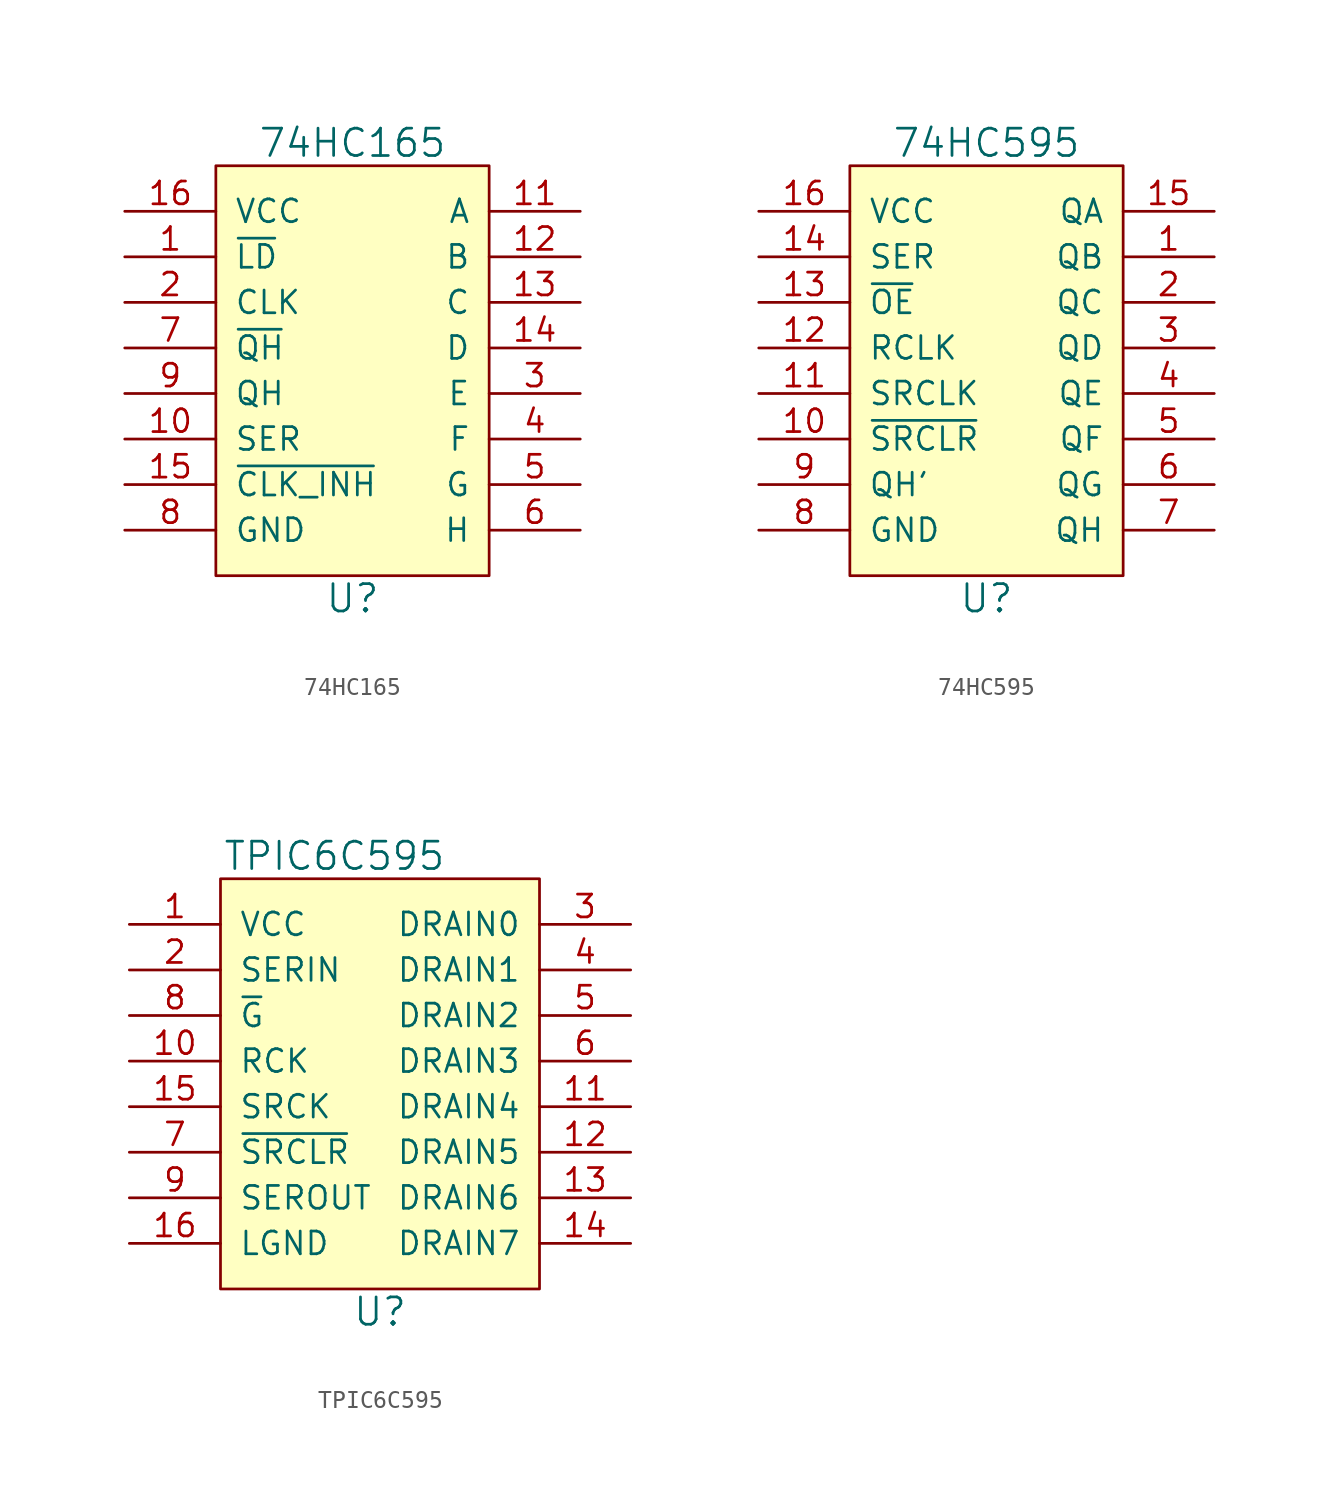
<source format=kicad_sym>
(kicad_symbol_lib
  (version 20220914)
  (generator kicad_symbol_editor)
  (symbol "74HC165"
    (pin_names
      (offset 1.016))
    (property "Reference" "U"
      (at 12.7 -21.59 0)
      (effects (font (size 1.524 1.524))))
    (property "Value" "74HC165"
      (at 12.7 3.81 0)
      (effects (font (size 1.524 1.524))))
    (symbol "74HC165_1_1"
      (rectangle (start 5.08 2.54) (end 20.32 -20.32) (stroke (width 0) (type solid)) (fill (type background)))
      (pin input line (at 0 -2.54 0) (length 5.08) (name "~{LD}" (effects (font (size 1.27 1.27)))) (number "1" (effects (font (size 1.27 1.27)))))
      (pin input line (at 0 -12.7 0) (length 5.08) (name "SER" (effects (font (size 1.27 1.27)))) (number "10" (effects (font (size 1.27 1.27)))))
      (pin input line (at 25.4 0 180) (length 5.08) (name "A" (effects (font (size 1.27 1.27)))) (number "11" (effects (font (size 1.27 1.27)))))
      (pin input line (at 25.4 -2.54 180) (length 5.08) (name "B" (effects (font (size 1.27 1.27)))) (number "12" (effects (font (size 1.27 1.27)))))
      (pin input line (at 25.4 -5.08 180) (length 5.08) (name "C" (effects (font (size 1.27 1.27)))) (number "13" (effects (font (size 1.27 1.27)))))
      (pin input line (at 25.4 -7.62 180) (length 5.08) (name "D" (effects (font (size 1.27 1.27)))) (number "14" (effects (font (size 1.27 1.27)))))
      (pin input line (at 0 -15.24 0) (length 5.08) (name "~{CLK_INH}" (effects (font (size 1.27 1.27)))) (number "15" (effects (font (size 1.27 1.27)))))
      (pin power_in line (at 0 0 0) (length 5.08) (name "VCC" (effects (font (size 1.27 1.27)))) (number "16" (effects (font (size 1.27 1.27)))))
      (pin input line (at 0 -5.08 0) (length 5.08) (name "CLK" (effects (font (size 1.27 1.27)))) (number "2" (effects (font (size 1.27 1.27)))))
      (pin input line (at 25.4 -10.16 180) (length 5.08) (name "E" (effects (font (size 1.27 1.27)))) (number "3" (effects (font (size 1.27 1.27)))))
      (pin input line (at 25.4 -12.7 180) (length 5.08) (name "F" (effects (font (size 1.27 1.27)))) (number "4" (effects (font (size 1.27 1.27)))))
      (pin input line (at 25.4 -15.24 180) (length 5.08) (name "G" (effects (font (size 1.27 1.27)))) (number "5" (effects (font (size 1.27 1.27)))))
      (pin input line (at 25.4 -17.78 180) (length 5.08) (name "H" (effects (font (size 1.27 1.27)))) (number "6" (effects (font (size 1.27 1.27)))))
      (pin output line (at 0 -7.62 0) (length 5.08) (name "~{QH}" (effects (font (size 1.27 1.27)))) (number "7" (effects (font (size 1.27 1.27)))))
      (pin power_in line (at 0 -17.78 0) (length 5.08) (name "GND" (effects (font (size 1.27 1.27)))) (number "8" (effects (font (size 1.27 1.27)))))
      (pin output line (at 0 -10.16 0) (length 5.08) (name "QH" (effects (font (size 1.27 1.27)))) (number "9" (effects (font (size 1.27 1.27)))))))
  (symbol "74HC595"
    (pin_names
      (offset 1.016))
    (property "Reference" "U"
      (at 12.7 -21.59 0)
      (effects (font (size 1.524 1.524))))
    (property "Value" "74HC595"
      (at 12.7 3.81 0)
      (effects (font (size 1.524 1.524))))
    (symbol "74HC595_1_1"
      (rectangle (start 5.08 2.54) (end 20.32 -20.32) (stroke (width 0) (type solid)) (fill (type background)))
      (pin tri_state line (at 25.4 -2.54 180) (length 5.08) (name "QB" (effects (font (size 1.27 1.27)))) (number "1" (effects (font (size 1.27 1.27)))))
      (pin input line (at 0 -12.7 0) (length 5.08) (name "~{SRCLR}" (effects (font (size 1.27 1.27)))) (number "10" (effects (font (size 1.27 1.27)))))
      (pin input line (at 0 -10.16 0) (length 5.08) (name "SRCLK" (effects (font (size 1.27 1.27)))) (number "11" (effects (font (size 1.27 1.27)))))
      (pin input line (at 0 -7.62 0) (length 5.08) (name "RCLK" (effects (font (size 1.27 1.27)))) (number "12" (effects (font (size 1.27 1.27)))))
      (pin input line (at 0 -5.08 0) (length 5.08) (name "~{OE}" (effects (font (size 1.27 1.27)))) (number "13" (effects (font (size 1.27 1.27)))))
      (pin input line (at 0 -2.54 0) (length 5.08) (name "SER" (effects (font (size 1.27 1.27)))) (number "14" (effects (font (size 1.27 1.27)))))
      (pin tri_state line (at 25.4 0 180) (length 5.08) (name "QA" (effects (font (size 1.27 1.27)))) (number "15" (effects (font (size 1.27 1.27)))))
      (pin power_in line (at 0 0 0) (length 5.08) (name "VCC" (effects (font (size 1.27 1.27)))) (number "16" (effects (font (size 1.27 1.27)))))
      (pin tri_state line (at 25.4 -5.08 180) (length 5.08) (name "QC" (effects (font (size 1.27 1.27)))) (number "2" (effects (font (size 1.27 1.27)))))
      (pin tri_state line (at 25.4 -7.62 180) (length 5.08) (name "QD" (effects (font (size 1.27 1.27)))) (number "3" (effects (font (size 1.27 1.27)))))
      (pin tri_state line (at 25.4 -10.16 180) (length 5.08) (name "QE" (effects (font (size 1.27 1.27)))) (number "4" (effects (font (size 1.27 1.27)))))
      (pin tri_state line (at 25.4 -12.7 180) (length 5.08) (name "QF" (effects (font (size 1.27 1.27)))) (number "5" (effects (font (size 1.27 1.27)))))
      (pin tri_state line (at 25.4 -15.24 180) (length 5.08) (name "QG" (effects (font (size 1.27 1.27)))) (number "6" (effects (font (size 1.27 1.27)))))
      (pin tri_state line (at 25.4 -17.78 180) (length 5.08) (name "QH" (effects (font (size 1.27 1.27)))) (number "7" (effects (font (size 1.27 1.27)))))
      (pin power_in line (at 0 -17.78 0) (length 5.08) (name "GND" (effects (font (size 1.27 1.27)))) (number "8" (effects (font (size 1.27 1.27)))))
      (pin output line (at 0 -15.24 0) (length 5.08) (name "QH'" (effects (font (size 1.27 1.27)))) (number "9" (effects (font (size 1.27 1.27)))))))
  (symbol "TPIC6C595"
    (pin_names
      (offset 1.016))
    (property "Reference" "U"
      (at 13.97 -21.59 0)
      (effects (font (size 1.524 1.524))))
    (property "Value" "TPIC6C595"
      (at 11.43 3.81 0)
      (effects (font (size 1.524 1.524))))
    (symbol "TPIC6C595_1_1"
      (rectangle (start 5.08 2.54) (end 22.86 -20.32) (stroke (width 0) (type solid)) (fill (type background)))
      (pin power_in line (at 0 0 0) (length 5.08) (name "VCC" (effects (font (size 1.27 1.27)))) (number "1" (effects (font (size 1.27 1.27)))))
      (pin input line (at 0 -7.62 0) (length 5.08) (name "RCK" (effects (font (size 1.27 1.27)))) (number "10" (effects (font (size 1.27 1.27)))))
      (pin tri_state line (at 27.94 -10.16 180) (length 5.08) (name "DRAIN4" (effects (font (size 1.27 1.27)))) (number "11" (effects (font (size 1.27 1.27)))))
      (pin tri_state line (at 27.94 -12.7 180) (length 5.08) (name "DRAIN5" (effects (font (size 1.27 1.27)))) (number "12" (effects (font (size 1.27 1.27)))))
      (pin tri_state line (at 27.94 -15.24 180) (length 5.08) (name "DRAIN6" (effects (font (size 1.27 1.27)))) (number "13" (effects (font (size 1.27 1.27)))))
      (pin tri_state line (at 27.94 -17.78 180) (length 5.08) (name "DRAIN7" (effects (font (size 1.27 1.27)))) (number "14" (effects (font (size 1.27 1.27)))))
      (pin input line (at 0 -10.16 0) (length 5.08) (name "SRCK" (effects (font (size 1.27 1.27)))) (number "15" (effects (font (size 1.27 1.27)))))
      (pin power_in line (at 0 -17.78 0) (length 5.08) (name "LGND" (effects (font (size 1.27 1.27)))) (number "16" (effects (font (size 1.27 1.27)))))
      (pin input line (at 0 -2.54 0) (length 5.08) (name "SERIN" (effects (font (size 1.27 1.27)))) (number "2" (effects (font (size 1.27 1.27)))))
      (pin tri_state line (at 27.94 0 180) (length 5.08) (name "DRAIN0" (effects (font (size 1.27 1.27)))) (number "3" (effects (font (size 1.27 1.27)))))
      (pin tri_state line (at 27.94 -2.54 180) (length 5.08) (name "DRAIN1" (effects (font (size 1.27 1.27)))) (number "4" (effects (font (size 1.27 1.27)))))
      (pin tri_state line (at 27.94 -5.08 180) (length 5.08) (name "DRAIN2" (effects (font (size 1.27 1.27)))) (number "5" (effects (font (size 1.27 1.27)))))
      (pin tri_state line (at 27.94 -7.62 180) (length 5.08) (name "DRAIN3" (effects (font (size 1.27 1.27)))) (number "6" (effects (font (size 1.27 1.27)))))
      (pin input line (at 0 -12.7 0) (length 5.08) (name "~{SRCLR}" (effects (font (size 1.27 1.27)))) (number "7" (effects (font (size 1.27 1.27)))))
      (pin input line (at 0 -5.08 0) (length 5.08) (name "~{G}" (effects (font (size 1.27 1.27)))) (number "8" (effects (font (size 1.27 1.27)))))
      (pin output line (at 0 -15.24 0) (length 5.08) (name "SEROUT" (effects (font (size 1.27 1.27)))) (number "9" (effects (font (size 1.27 1.27))))))))
</source>
